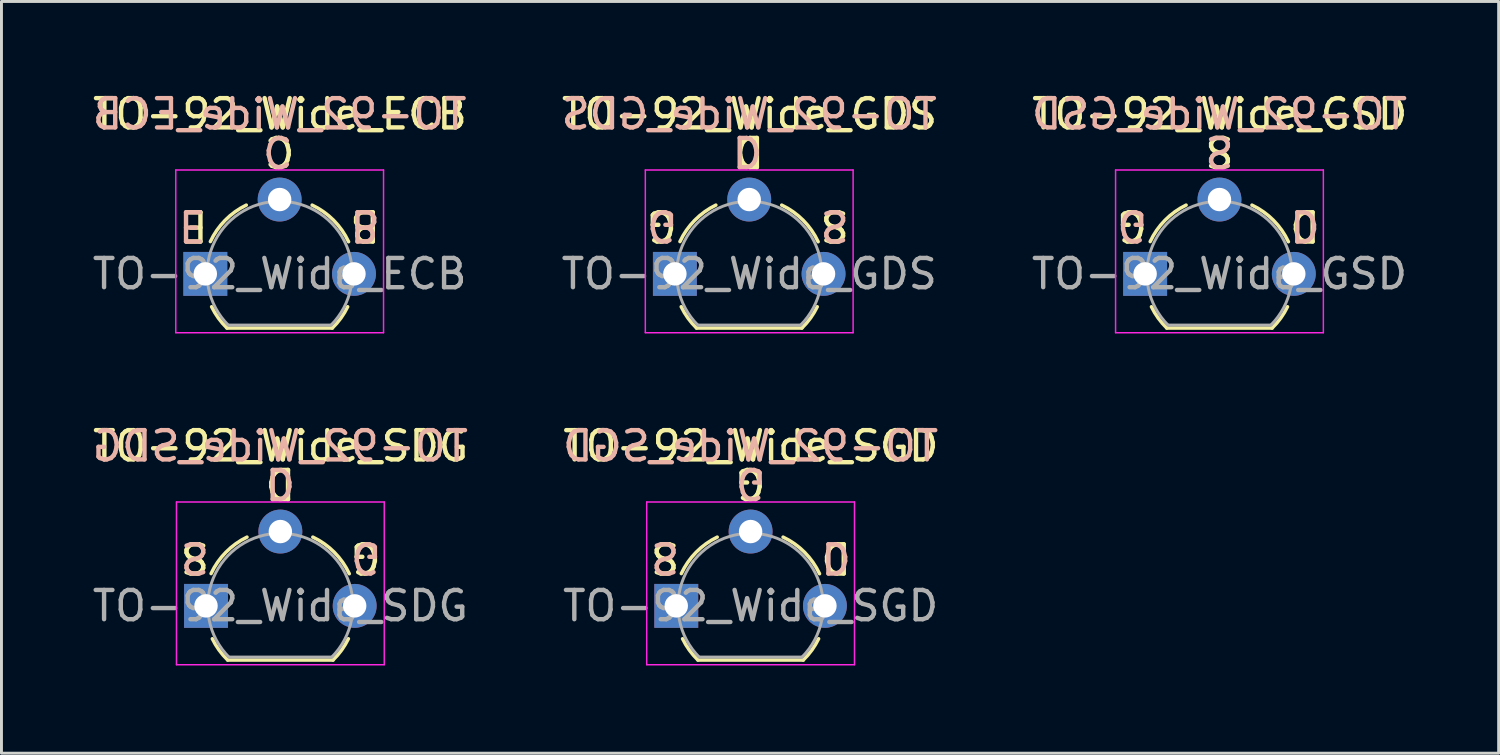
<source format=kicad_pcb>
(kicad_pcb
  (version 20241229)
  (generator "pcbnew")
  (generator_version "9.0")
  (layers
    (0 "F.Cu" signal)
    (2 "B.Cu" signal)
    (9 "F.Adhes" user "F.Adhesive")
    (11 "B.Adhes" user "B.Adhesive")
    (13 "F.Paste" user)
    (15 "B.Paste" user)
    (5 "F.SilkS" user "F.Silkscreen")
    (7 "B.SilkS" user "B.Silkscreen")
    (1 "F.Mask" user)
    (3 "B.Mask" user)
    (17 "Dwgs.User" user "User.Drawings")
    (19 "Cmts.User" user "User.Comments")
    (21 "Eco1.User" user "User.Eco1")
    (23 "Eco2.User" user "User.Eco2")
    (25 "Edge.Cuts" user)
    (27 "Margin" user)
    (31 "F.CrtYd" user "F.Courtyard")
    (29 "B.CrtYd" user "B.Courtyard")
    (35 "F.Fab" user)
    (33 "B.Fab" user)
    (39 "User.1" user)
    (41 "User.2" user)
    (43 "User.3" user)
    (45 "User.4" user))
  (footprint "TO-92_Wide_SGD"
    (layer "F.Cu")
    (at 20.059 17.654)
    (property "Reference" "TO-92_Wide_SGD" (at 2.55 -5.461 0) (layer "F.SilkS") (effects (font (size 1 1) (thickness 0.15))))
    (fp_line (start 0.74 1.85) (end 4.34 1.85) (stroke (width 0.12) (type solid)) (layer "F.SilkS"))
    (fp_arc (start 0.172801 -1.103842) (mid 0.678995 -1.832692) (end 1.4 -2.35) (stroke (width 0.12) (type solid)) (layer "F.SilkS"))
    (fp_arc (start 0.74 1.85) (mid 0.446097 1.509328) (end 0.215816 1.122795) (stroke (width 0.12) (type solid)) (layer "F.SilkS"))
    (fp_arc (start 3.65 -2.35) (mid 4.382279 -1.833196) (end 4.895458 -1.098371) (stroke (width 0.12) (type solid)) (layer "F.SilkS"))
    (fp_arc (start 4.864184 1.122795) (mid 4.633903 1.509328) (end 4.34 1.85) (stroke (width 0.12) (type solid)) (layer "F.SilkS"))
    (fp_line (start -1.01 -3.55) (end -1.01 2.01) (stroke (width 0.05) (type solid)) (layer "F.CrtYd"))
    (fp_line (start -1.01 -3.55) (end 6.09 -3.55) (stroke (width 0.05) (type solid)) (layer "F.CrtYd"))
    (fp_line (start 6.09 2.01) (end -1.01 2.01) (stroke (width 0.05) (type solid)) (layer "F.CrtYd"))
    (fp_line (start 6.09 2.01) (end 6.09 -3.55) (stroke (width 0.05) (type solid)) (layer "F.CrtYd"))
    (fp_line (start 0.8 1.75) (end 4.3 1.75) (stroke (width 0.1) (type solid)) (layer "F.Fab"))
    (fp_arc (start 0.786375 1.753625) (mid 0.248779 -0.949055) (end 2.54 -2.48) (stroke (width 0.1) (type solid)) (layer "F.Fab"))
    (fp_arc (start 2.54 -2.48) (mid 4.831221 -0.949055) (end 4.293625 1.753625) (stroke (width 0.1) (type solid)) (layer "F.Fab"))
    (fp_text user "S" (at -0.381 -1.651 180) (unlocked yes) (layer "F.SilkS") (effects (font (size 1 1) (thickness 0.15))))
    (fp_text user "D" (at 5.461 -1.651 180) (unlocked yes) (layer "F.SilkS") (effects (font (size 1 1) (thickness 0.15))))
    (fp_text user "G" (at 2.54 -4.191 180) (unlocked yes) (layer "F.SilkS") (effects (font (size 1 1) (thickness 0.15))))
    (fp_text user "G" (at 2.54 -4.191 180) (unlocked yes) (layer "B.SilkS") (effects (font (size 1 1) (thickness 0.15)) (justify mirror)))
    (fp_text user "${REFERENCE}" (at 2.54 -5.461 0) (layer "B.SilkS") (effects (font (size 1 1) (thickness 0.15)) (justify mirror)))
    (fp_text user "D" (at 5.461 -1.651 180) (unlocked yes) (layer "B.SilkS") (effects (font (size 1 1) (thickness 0.15)) (justify mirror)))
    (fp_text user "S" (at -0.381 -1.651 180) (unlocked yes) (layer "B.SilkS") (effects (font (size 1 1) (thickness 0.15)) (justify mirror)))
    (fp_text user "${REFERENCE}" (at 2.54 0 0) (layer "F.Fab") (effects (font (size 1 1) (thickness 0.15))))
    (pad "1" thru_hole rect (at 0 0 90) (size 1.5 1.5) (drill 0.8) (layers "*.Cu" "*.Mask"))
    (pad "2" thru_hole circle (at 2.54 -2.54 90) (size 1.5 1.5) (drill 0.8) (layers "*.Cu" "*.Mask"))
    (pad "3" thru_hole circle (at 5.08 0 90) (size 1.5 1.5) (drill 0.8) (layers "*.Cu" "*.Mask")))
  (footprint "TO-92_Wide_GSD"
    (layer "F.Cu")
    (at 36.081 6.309)
    (property "Reference" "TO-92_Wide_GSD" (at 2.55 -5.461 0) (layer "F.SilkS") (effects (font (size 1 1) (thickness 0.15))))
    (fp_line (start 0.74 1.85) (end 4.34 1.85) (stroke (width 0.12) (type solid)) (layer "F.SilkS"))
    (fp_arc (start 0.172801 -1.103842) (mid 0.678995 -1.832692) (end 1.4 -2.35) (stroke (width 0.12) (type solid)) (layer "F.SilkS"))
    (fp_arc (start 0.74 1.85) (mid 0.446097 1.509328) (end 0.215816 1.122795) (stroke (width 0.12) (type solid)) (layer "F.SilkS"))
    (fp_arc (start 3.65 -2.35) (mid 4.382279 -1.833196) (end 4.895458 -1.098371) (stroke (width 0.12) (type solid)) (layer "F.SilkS"))
    (fp_arc (start 4.864184 1.122795) (mid 4.633903 1.509328) (end 4.34 1.85) (stroke (width 0.12) (type solid)) (layer "F.SilkS"))
    (fp_line (start -1.01 -3.55) (end -1.01 2.01) (stroke (width 0.05) (type solid)) (layer "F.CrtYd"))
    (fp_line (start -1.01 -3.55) (end 6.09 -3.55) (stroke (width 0.05) (type solid)) (layer "F.CrtYd"))
    (fp_line (start 6.09 2.01) (end -1.01 2.01) (stroke (width 0.05) (type solid)) (layer "F.CrtYd"))
    (fp_line (start 6.09 2.01) (end 6.09 -3.55) (stroke (width 0.05) (type solid)) (layer "F.CrtYd"))
    (fp_line (start 0.8 1.75) (end 4.3 1.75) (stroke (width 0.1) (type solid)) (layer "F.Fab"))
    (fp_arc (start 0.786375 1.753625) (mid 0.248779 -0.949055) (end 2.54 -2.48) (stroke (width 0.1) (type solid)) (layer "F.Fab"))
    (fp_arc (start 2.54 -2.48) (mid 4.831221 -0.949055) (end 4.293625 1.753625) (stroke (width 0.1) (type solid)) (layer "F.Fab"))
    (fp_text user "S" (at 2.54 -4.191 180) (unlocked yes) (layer "F.SilkS") (effects (font (size 1 1) (thickness 0.15))))
    (fp_text user "G" (at -0.445 -1.651 180) (unlocked yes) (layer "F.SilkS") (effects (font (size 1 1) (thickness 0.15))))
    (fp_text user "D" (at 5.461 -1.651 180) (unlocked yes) (layer "F.SilkS") (effects (font (size 1 1) (thickness 0.15))))
    (fp_text user "G" (at -0.445 -1.651 180) (unlocked yes) (layer "B.SilkS") (effects (font (size 1 1) (thickness 0.15)) (justify mirror)))
    (fp_text user "D" (at 5.461 -1.651 180) (unlocked yes) (layer "B.SilkS") (effects (font (size 1 1) (thickness 0.15)) (justify mirror)))
    (fp_text user "S" (at 2.54 -4.191 180) (unlocked yes) (layer "B.SilkS") (effects (font (size 1 1) (thickness 0.15)) (justify mirror)))
    (fp_text user "${REFERENCE}" (at 2.54 -5.461 0) (layer "B.SilkS") (effects (font (size 1 1) (thickness 0.15)) (justify mirror)))
    (fp_text user "${REFERENCE}" (at 2.54 0 0) (layer "F.Fab") (effects (font (size 1 1) (thickness 0.15))))
    (pad "1" thru_hole rect (at 0 0 90) (size 1.5 1.5) (drill 0.8) (layers "*.Cu" "*.Mask"))
    (pad "2" thru_hole circle (at 2.54 -2.54 90) (size 1.5 1.5) (drill 0.8) (layers "*.Cu" "*.Mask"))
    (pad "3" thru_hole circle (at 5.08 0 90) (size 1.5 1.5) (drill 0.8) (layers "*.Cu" "*.Mask")))
  (footprint "TO-92_Wide_ECB"
    (layer "F.Cu")
    (at 3.966 6.309)
    (property "Reference" "TO-92_Wide_ECB" (at 2.55 -5.461 0) (layer "F.SilkS") (effects (font (size 1 1) (thickness 0.15))))
    (fp_line (start 0.74 1.85) (end 4.34 1.85) (stroke (width 0.12) (type solid)) (layer "F.SilkS"))
    (fp_arc (start 0.172801 -1.103842) (mid 0.678995 -1.832692) (end 1.4 -2.35) (stroke (width 0.12) (type solid)) (layer "F.SilkS"))
    (fp_arc (start 0.74 1.85) (mid 0.446097 1.509328) (end 0.215816 1.122795) (stroke (width 0.12) (type solid)) (layer "F.SilkS"))
    (fp_arc (start 3.65 -2.35) (mid 4.382279 -1.833196) (end 4.895458 -1.098371) (stroke (width 0.12) (type solid)) (layer "F.SilkS"))
    (fp_arc (start 4.864184 1.122795) (mid 4.633903 1.509328) (end 4.34 1.85) (stroke (width 0.12) (type solid)) (layer "F.SilkS"))
    (fp_line (start -1.01 -3.55) (end -1.01 2.01) (stroke (width 0.05) (type solid)) (layer "F.CrtYd"))
    (fp_line (start -1.01 -3.55) (end 6.09 -3.55) (stroke (width 0.05) (type solid)) (layer "F.CrtYd"))
    (fp_line (start 6.09 2.01) (end -1.01 2.01) (stroke (width 0.05) (type solid)) (layer "F.CrtYd"))
    (fp_line (start 6.09 2.01) (end 6.09 -3.55) (stroke (width 0.05) (type solid)) (layer "F.CrtYd"))
    (fp_line (start 0.8 1.75) (end 4.3 1.75) (stroke (width 0.1) (type solid)) (layer "F.Fab"))
    (fp_arc (start 0.786375 1.753625) (mid 0.248779 -0.949055) (end 2.54 -2.48) (stroke (width 0.1) (type solid)) (layer "F.Fab"))
    (fp_arc (start 2.54 -2.48) (mid 4.831221 -0.949055) (end 4.293625 1.753625) (stroke (width 0.1) (type solid)) (layer "F.Fab"))
    (fp_text user "E" (at -0.381 -1.651 180) (unlocked yes) (layer "F.SilkS") (effects (font (size 1 1) (thickness 0.15))))
    (fp_text user "C" (at 2.54 -4.191 180) (unlocked yes) (layer "F.SilkS") (effects (font (size 1 1) (thickness 0.15))))
    (fp_text user "B" (at 5.461 -1.651 180) (unlocked yes) (layer "F.SilkS") (effects (font (size 1 1) (thickness 0.15))))
    (fp_text user "C" (at 2.477 -4.191 180) (unlocked yes) (layer "B.SilkS") (effects (font (size 1 1) (thickness 0.15)) (justify mirror)))
    (fp_text user "${REFERENCE}" (at 2.54 -5.461 0) (layer "B.SilkS") (effects (font (size 1 1) (thickness 0.15)) (justify mirror)))
    (fp_text user "B" (at 5.461 -1.651 180) (unlocked yes) (layer "B.SilkS") (effects (font (size 1 1) (thickness 0.15)) (justify mirror)))
    (fp_text user "E" (at -0.445 -1.651 180) (unlocked yes) (layer "B.SilkS") (effects (font (size 1 1) (thickness 0.15)) (justify mirror)))
    (fp_text user "${REFERENCE}" (at 2.54 0 0) (layer "F.Fab") (effects (font (size 1 1) (thickness 0.15))))
    (pad "1" thru_hole rect (at 0 0 90) (size 1.5 1.5) (drill 0.8) (layers "*.Cu" "*.Mask"))
    (pad "2" thru_hole circle (at 2.54 -2.54 90) (size 1.5 1.5) (drill 0.8) (layers "*.Cu" "*.Mask"))
    (pad "3" thru_hole circle (at 5.08 0 90) (size 1.5 1.5) (drill 0.8) (layers "*.Cu" "*.Mask")))
  (footprint "TO-92_Wide_GDS"
    (layer "F.Cu")
    (at 20.012 6.309)
    (property "Reference" "TO-92_Wide_GDS" (at 2.55 -5.461 0) (layer "F.SilkS") (effects (font (size 1 1) (thickness 0.15))))
    (fp_line (start 0.74 1.85) (end 4.34 1.85) (stroke (width 0.12) (type solid)) (layer "F.SilkS"))
    (fp_arc (start 0.172801 -1.103842) (mid 0.678995 -1.832692) (end 1.4 -2.35) (stroke (width 0.12) (type solid)) (layer "F.SilkS"))
    (fp_arc (start 0.74 1.85) (mid 0.446097 1.509328) (end 0.215816 1.122795) (stroke (width 0.12) (type solid)) (layer "F.SilkS"))
    (fp_arc (start 3.65 -2.35) (mid 4.382279 -1.833196) (end 4.895458 -1.098371) (stroke (width 0.12) (type solid)) (layer "F.SilkS"))
    (fp_arc (start 4.864184 1.122795) (mid 4.633903 1.509328) (end 4.34 1.85) (stroke (width 0.12) (type solid)) (layer "F.SilkS"))
    (fp_line (start -1.01 -3.55) (end -1.01 2.01) (stroke (width 0.05) (type solid)) (layer "F.CrtYd"))
    (fp_line (start -1.01 -3.55) (end 6.09 -3.55) (stroke (width 0.05) (type solid)) (layer "F.CrtYd"))
    (fp_line (start 6.09 2.01) (end -1.01 2.01) (stroke (width 0.05) (type solid)) (layer "F.CrtYd"))
    (fp_line (start 6.09 2.01) (end 6.09 -3.55) (stroke (width 0.05) (type solid)) (layer "F.CrtYd"))
    (fp_line (start 0.8 1.75) (end 4.3 1.75) (stroke (width 0.1) (type solid)) (layer "F.Fab"))
    (fp_arc (start 0.786375 1.753625) (mid 0.248779 -0.949055) (end 2.54 -2.48) (stroke (width 0.1) (type solid)) (layer "F.Fab"))
    (fp_arc (start 2.54 -2.48) (mid 4.831221 -0.949055) (end 4.293625 1.753625) (stroke (width 0.1) (type solid)) (layer "F.Fab"))
    (fp_text user "D" (at 2.54 -4.191 180) (unlocked yes) (layer "F.SilkS") (effects (font (size 1 1) (thickness 0.15))))
    (fp_text user "G" (at -0.445 -1.651 180) (unlocked yes) (layer "F.SilkS") (effects (font (size 1 1) (thickness 0.15))))
    (fp_text user "S" (at 5.461 -1.651 180) (unlocked yes) (layer "F.SilkS") (effects (font (size 1 1) (thickness 0.15))))
    (fp_text user "G" (at -0.445 -1.651 180) (unlocked yes) (layer "B.SilkS") (effects (font (size 1 1) (thickness 0.15)) (justify mirror)))
    (fp_text user "D" (at 2.477 -4.191 180) (unlocked yes) (layer "B.SilkS") (effects (font (size 1 1) (thickness 0.15)) (justify mirror)))
    (fp_text user "S" (at 5.461 -1.651 180) (unlocked yes) (layer "B.SilkS") (effects (font (size 1 1) (thickness 0.15)) (justify mirror)))
    (fp_text user "${REFERENCE}" (at 2.54 -5.461 0) (layer "B.SilkS") (effects (font (size 1 1) (thickness 0.15)) (justify mirror)))
    (fp_text user "${REFERENCE}" (at 2.54 0 0) (layer "F.Fab") (effects (font (size 1 1) (thickness 0.15))))
    (pad "1" thru_hole rect (at 0 0 90) (size 1.5 1.5) (drill 0.8) (layers "*.Cu" "*.Mask"))
    (pad "2" thru_hole circle (at 2.54 -2.54 90) (size 1.5 1.5) (drill 0.8) (layers "*.Cu" "*.Mask"))
    (pad "3" thru_hole circle (at 5.08 0 90) (size 1.5 1.5) (drill 0.8) (layers "*.Cu" "*.Mask")))
  (footprint "TO-92_Wide_SDG"
    (layer "F.Cu")
    (at 3.99 17.654)
    (property "Reference" "TO-92_Wide_SDG" (at 2.55 -5.461 0) (layer "F.SilkS") (effects (font (size 1 1) (thickness 0.15))))
    (fp_line (start 0.74 1.85) (end 4.34 1.85) (stroke (width 0.12) (type solid)) (layer "F.SilkS"))
    (fp_arc (start 0.172801 -1.103842) (mid 0.678995 -1.832692) (end 1.4 -2.35) (stroke (width 0.12) (type solid)) (layer "F.SilkS"))
    (fp_arc (start 0.74 1.85) (mid 0.446097 1.509328) (end 0.215816 1.122795) (stroke (width 0.12) (type solid)) (layer "F.SilkS"))
    (fp_arc (start 3.65 -2.35) (mid 4.382279 -1.833196) (end 4.895458 -1.098371) (stroke (width 0.12) (type solid)) (layer "F.SilkS"))
    (fp_arc (start 4.864184 1.122795) (mid 4.633903 1.509328) (end 4.34 1.85) (stroke (width 0.12) (type solid)) (layer "F.SilkS"))
    (fp_line (start -1.01 -3.55) (end -1.01 2.01) (stroke (width 0.05) (type solid)) (layer "F.CrtYd"))
    (fp_line (start -1.01 -3.55) (end 6.09 -3.55) (stroke (width 0.05) (type solid)) (layer "F.CrtYd"))
    (fp_line (start 6.09 2.01) (end -1.01 2.01) (stroke (width 0.05) (type solid)) (layer "F.CrtYd"))
    (fp_line (start 6.09 2.01) (end 6.09 -3.55) (stroke (width 0.05) (type solid)) (layer "F.CrtYd"))
    (fp_line (start 0.8 1.75) (end 4.3 1.75) (stroke (width 0.1) (type solid)) (layer "F.Fab"))
    (fp_arc (start 0.786375 1.753625) (mid 0.248779 -0.949055) (end 2.54 -2.48) (stroke (width 0.1) (type solid)) (layer "F.Fab"))
    (fp_arc (start 2.54 -2.48) (mid 4.831221 -0.949055) (end 4.293625 1.753625) (stroke (width 0.1) (type solid)) (layer "F.Fab"))
    (fp_text user "G" (at 5.461 -1.651 180) (unlocked yes) (layer "F.SilkS") (effects (font (size 1 1) (thickness 0.15))))
    (fp_text user "D" (at 2.54 -4.191 180) (unlocked yes) (layer "F.SilkS") (effects (font (size 1 1) (thickness 0.15))))
    (fp_text user "S" (at -0.381 -1.651 180) (unlocked yes) (layer "F.SilkS") (effects (font (size 1 1) (thickness 0.15))))
    (fp_text user "${REFERENCE}" (at 2.54 -5.461 0) (layer "B.SilkS") (effects (font (size 1 1) (thickness 0.15)) (justify mirror)))
    (fp_text user "D" (at 2.54 -4.191 180) (unlocked yes) (layer "B.SilkS") (effects (font (size 1 1) (thickness 0.15)) (justify mirror)))
    (fp_text user "S" (at -0.381 -1.651 180) (unlocked yes) (layer "B.SilkS") (effects (font (size 1 1) (thickness 0.15)) (justify mirror)))
    (fp_text user "G" (at 5.461 -1.651 180) (unlocked yes) (layer "B.SilkS") (effects (font (size 1 1) (thickness 0.15)) (justify mirror)))
    (fp_text user "${REFERENCE}" (at 2.54 0 0) (layer "F.Fab") (effects (font (size 1 1) (thickness 0.15))))
    (pad "1" thru_hole rect (at 0 0 90) (size 1.5 1.5) (drill 0.8) (layers "*.Cu" "*.Mask"))
    (pad "2" thru_hole circle (at 2.54 -2.54 90) (size 1.5 1.5) (drill 0.8) (layers "*.Cu" "*.Mask"))
    (pad "3" thru_hole circle (at 5.08 0 90) (size 1.5 1.5) (drill 0.8) (layers "*.Cu" "*.Mask")))
  (gr_rect
    (start -3 -3)
    (end 48.161 22.689)
    (stroke (width 0.1) (type default))
    (fill no)
    (layer "Edge.Cuts")))
</source>
